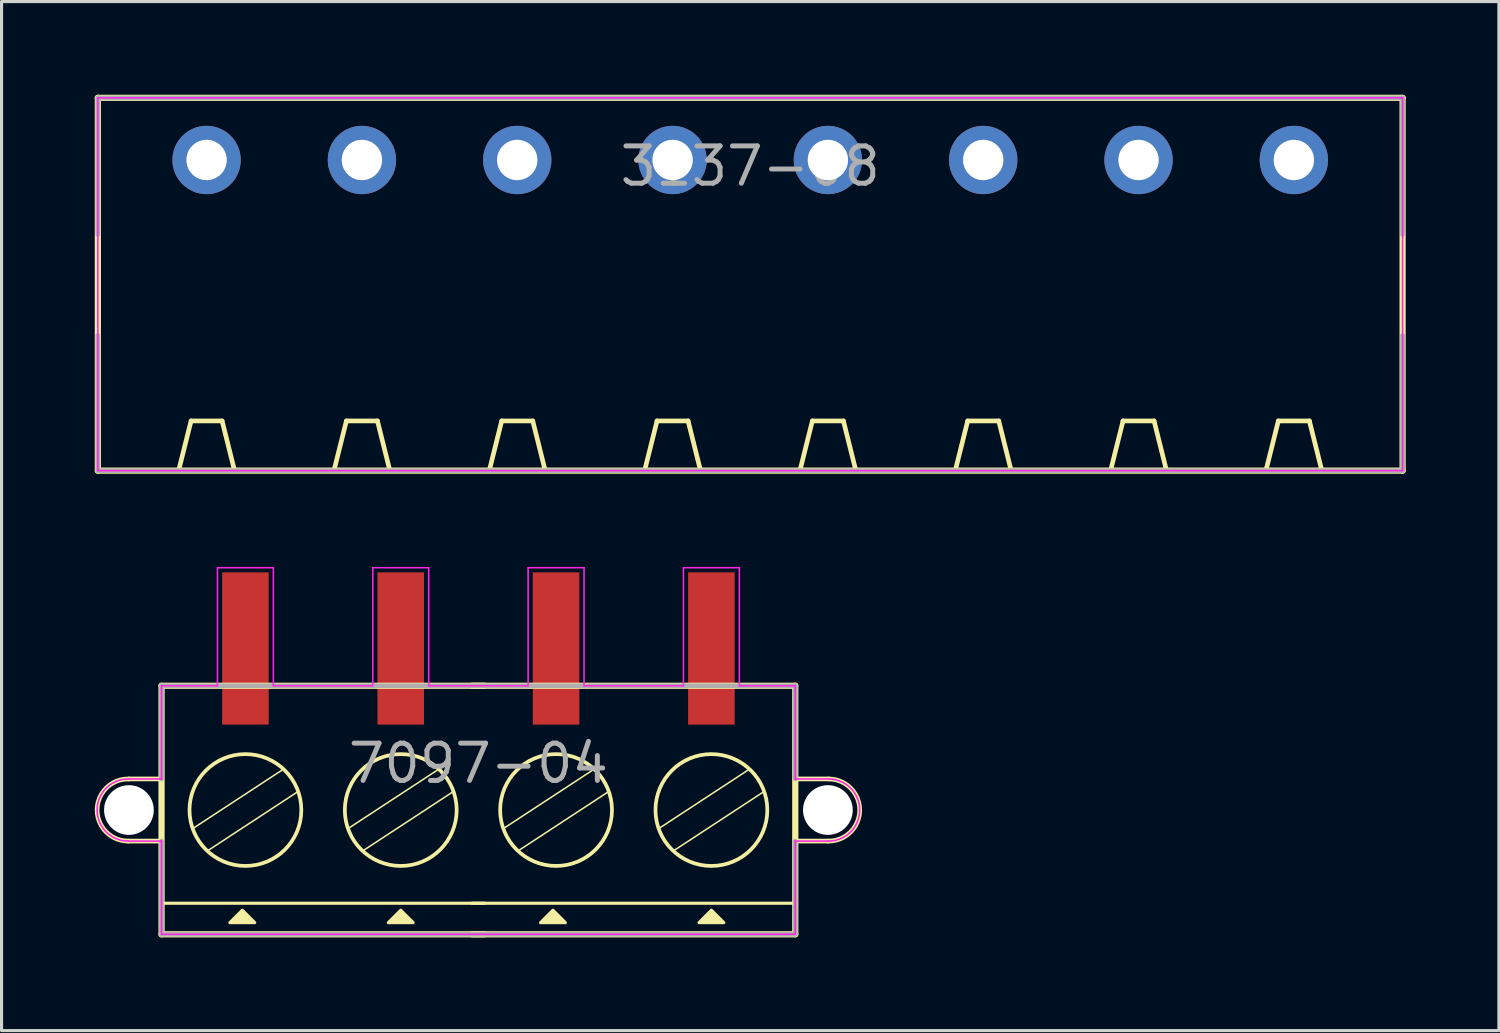
<source format=kicad_pcb>
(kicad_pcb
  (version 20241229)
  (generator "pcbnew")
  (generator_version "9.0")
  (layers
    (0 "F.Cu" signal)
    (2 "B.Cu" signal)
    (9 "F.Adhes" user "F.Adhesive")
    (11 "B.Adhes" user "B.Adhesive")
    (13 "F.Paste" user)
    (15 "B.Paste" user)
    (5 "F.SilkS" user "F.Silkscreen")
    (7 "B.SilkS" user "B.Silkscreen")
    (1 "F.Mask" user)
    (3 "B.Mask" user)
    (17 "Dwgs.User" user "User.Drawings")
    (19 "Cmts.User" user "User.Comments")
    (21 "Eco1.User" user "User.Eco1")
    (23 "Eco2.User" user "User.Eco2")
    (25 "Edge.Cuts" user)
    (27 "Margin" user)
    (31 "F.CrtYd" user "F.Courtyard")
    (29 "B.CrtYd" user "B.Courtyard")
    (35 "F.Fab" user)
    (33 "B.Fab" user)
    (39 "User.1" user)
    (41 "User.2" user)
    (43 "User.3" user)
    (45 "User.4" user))
  (footprint "3137-08"
    (layer "F.Cu")
    (at 21.1 2.1)
    (property "Reference" "3137-08" (at 0 0.2 180) (layer "F.Fab") (effects (font (size 1.2 1.2) (thickness 0.16))))
    (attr through_hole)
    (fp_line (start -21 10) (end -21 -2) (stroke (width 0.2) (type solid)) (layer "F.SilkS"))
    (fp_line (start -21 10) (end 21 10) (stroke (width 0.2) (type solid)) (layer "F.SilkS"))
    (fp_line (start -18 8.4) (end -18.4 10) (stroke (width 0.15) (type solid)) (layer "F.SilkS"))
    (fp_line (start -18 8.4) (end -17 8.4) (stroke (width 0.15) (type solid)) (layer "F.SilkS"))
    (fp_line (start -17 8.4) (end -16.6 10) (stroke (width 0.15) (type solid)) (layer "F.SilkS"))
    (fp_line (start -13 8.4) (end -13.4 10) (stroke (width 0.15) (type solid)) (layer "F.SilkS"))
    (fp_line (start -13 8.4) (end -12 8.4) (stroke (width 0.15) (type solid)) (layer "F.SilkS"))
    (fp_line (start -12 8.4) (end -11.6 10) (stroke (width 0.15) (type solid)) (layer "F.SilkS"))
    (fp_line (start -8 8.4) (end -8.4 10) (stroke (width 0.15) (type solid)) (layer "F.SilkS"))
    (fp_line (start -8 8.4) (end -7 8.4) (stroke (width 0.15) (type solid)) (layer "F.SilkS"))
    (fp_line (start -7 8.4) (end -6.6 10) (stroke (width 0.15) (type solid)) (layer "F.SilkS"))
    (fp_line (start -3 8.4) (end -3.4 10) (stroke (width 0.15) (type solid)) (layer "F.SilkS"))
    (fp_line (start -3 8.4) (end -2 8.4) (stroke (width 0.15) (type solid)) (layer "F.SilkS"))
    (fp_line (start -2 8.4) (end -1.6 10) (stroke (width 0.15) (type solid)) (layer "F.SilkS"))
    (fp_line (start 2 8.4) (end 1.6 10) (stroke (width 0.15) (type solid)) (layer "F.SilkS"))
    (fp_line (start 2 8.4) (end 3 8.4) (stroke (width 0.15) (type solid)) (layer "F.SilkS"))
    (fp_line (start 3 8.4) (end 3.4 10) (stroke (width 0.15) (type solid)) (layer "F.SilkS"))
    (fp_line (start 7 8.4) (end 6.6 10) (stroke (width 0.15) (type solid)) (layer "F.SilkS"))
    (fp_line (start 7 8.4) (end 8 8.4) (stroke (width 0.15) (type solid)) (layer "F.SilkS"))
    (fp_line (start 8 8.4) (end 8.4 10) (stroke (width 0.15) (type solid)) (layer "F.SilkS"))
    (fp_line (start 12 8.4) (end 11.6 10) (stroke (width 0.15) (type solid)) (layer "F.SilkS"))
    (fp_line (start 12 8.4) (end 13 8.4) (stroke (width 0.15) (type solid)) (layer "F.SilkS"))
    (fp_line (start 13 8.4) (end 13.4 10) (stroke (width 0.15) (type solid)) (layer "F.SilkS"))
    (fp_line (start 17 8.4) (end 16.6 10) (stroke (width 0.15) (type solid)) (layer "F.SilkS"))
    (fp_line (start 17 8.4) (end 18 8.4) (stroke (width 0.15) (type solid)) (layer "F.SilkS"))
    (fp_line (start 18 8.4) (end 18.4 10) (stroke (width 0.15) (type solid)) (layer "F.SilkS"))
    (fp_line (start 21 -2) (end -21 -2) (stroke (width 0.2) (type solid)) (layer "F.SilkS"))
    (fp_line (start 21 10) (end 21 -2) (stroke (width 0.2) (type solid)) (layer "F.SilkS"))
    (fp_line (start -21 -2) (end -21 10) (stroke (width 0.05) (type solid)) (layer "F.CrtYd"))
    (fp_line (start -21 -2) (end 21 -2) (stroke (width 0.05) (type solid)) (layer "F.CrtYd"))
    (fp_line (start -21 10) (end 21 10) (stroke (width 0.05) (type solid)) (layer "F.CrtYd"))
    (fp_line (start 21 -2) (end 21 10) (stroke (width 0.05) (type solid)) (layer "F.CrtYd"))
    (fp_line (start -21 -2) (end -21 2.4) (stroke (width 0.15) (type solid)) (layer "F.Fab"))
    (fp_line (start -21 -2) (end 21 -2) (stroke (width 0.15) (type solid)) (layer "F.Fab"))
    (fp_line (start -21 5.65) (end -21 10) (stroke (width 0.15) (type solid)) (layer "F.Fab"))
    (fp_line (start -21 10) (end 21 10) (stroke (width 0.15) (type solid)) (layer "F.Fab"))
    (fp_line (start 21 -2) (end 21 2.4) (stroke (width 0.15) (type solid)) (layer "F.Fab"))
    (fp_line (start 21 5.65) (end 21 10) (stroke (width 0.15) (type solid)) (layer "F.Fab"))
    (pad "1" thru_hole circle (at -17.5 0) (size 2.2 2.2) (drill 1.3) (layers "*.Cu" "*.Mask"))
    (pad "2" thru_hole circle (at -12.5 0) (size 2.2 2.2) (drill 1.3) (layers "*.Cu" "*.Mask"))
    (pad "3" thru_hole circle (at -7.5 0) (size 2.2 2.2) (drill 1.3) (layers "*.Cu" "*.Mask"))
    (pad "4" thru_hole circle (at -2.5 0) (size 2.2 2.2) (drill 1.3) (layers "*.Cu" "*.Mask"))
    (pad "5" thru_hole circle (at 2.5 0) (size 2.2 2.2) (drill 1.3) (layers "*.Cu" "*.Mask"))
    (pad "6" thru_hole circle (at 7.5 0) (size 2.2 2.2) (drill 1.3) (layers "*.Cu" "*.Mask"))
    (pad "7" thru_hole circle (at 12.5 0) (size 2.2 2.2) (drill 1.3) (layers "*.Cu" "*.Mask"))
    (pad "8" thru_hole circle (at 17.5 0) (size 2.2 2.2) (drill 1.3) (layers "*.Cu" "*.Mask")))
  (footprint "7097-04"
    (layer "F.Cu")
    (at 12.35 23.025)
    (property "Reference" "7097-04" (at 0 -1.5 180) (layer "F.Fab") (effects (font (size 1.2 1.2) (thickness 0.16))))
    (attr through_hole)
    (fp_line (start -11.275 1) (end -10.2 1) (stroke (width 0.15) (type solid)) (layer "F.SilkS"))
    (fp_line (start -11.25 -1) (end -10.2 -1) (stroke (width 0.15) (type solid)) (layer "F.SilkS"))
    (fp_line (start -10.2 -4) (end -10.2 4) (stroke (width 0.2) (type solid)) (layer "F.SilkS"))
    (fp_line (start -10.2 -4) (end 0.2 -4) (stroke (width 0.2) (type solid)) (layer "F.SilkS"))
    (fp_line (start -10.2 4) (end 0.2 4) (stroke (width 0.2) (type solid)) (layer "F.SilkS"))
    (fp_line (start -9.2 0.6) (end -6.3 -1.3) (stroke (width 0.05) (type solid)) (layer "F.SilkS"))
    (fp_line (start -8.7 1.3) (end -5.8 -0.6) (stroke (width 0.05) (type solid)) (layer "F.SilkS"))
    (fp_line (start -4.2 0.6) (end -1.3 -1.3) (stroke (width 0.05) (type solid)) (layer "F.SilkS"))
    (fp_line (start -3.7 1.3) (end -0.8 -0.6) (stroke (width 0.05) (type solid)) (layer "F.SilkS"))
    (fp_line (start -0.2 -4) (end 10.2 -4) (stroke (width 0.2) (type solid)) (layer "F.SilkS"))
    (fp_line (start -0.2 4) (end 10.2 4) (stroke (width 0.2) (type solid)) (layer "F.SilkS"))
    (fp_line (start 0.2 3) (end -10.2 3) (stroke (width 0.1) (type solid)) (layer "F.SilkS"))
    (fp_line (start 0.8 0.6) (end 3.7 -1.3) (stroke (width 0.05) (type solid)) (layer "F.SilkS"))
    (fp_line (start 1.3 1.3) (end 4.2 -0.6) (stroke (width 0.05) (type solid)) (layer "F.SilkS"))
    (fp_line (start 5.8 0.6) (end 8.7 -1.3) (stroke (width 0.05) (type solid)) (layer "F.SilkS"))
    (fp_line (start 6.3 1.3) (end 9.2 -0.6) (stroke (width 0.05) (type solid)) (layer "F.SilkS"))
    (fp_line (start 10.2 -4) (end 10.2 4) (stroke (width 0.2) (type solid)) (layer "F.SilkS"))
    (fp_line (start 10.2 3) (end -0.2 3) (stroke (width 0.1) (type solid)) (layer "F.SilkS"))
    (fp_line (start 11.25 1) (end 10.2 1) (stroke (width 0.15) (type solid)) (layer "F.SilkS"))
    (fp_line (start 11.275 -1) (end 10.2 -1) (stroke (width 0.15) (type solid)) (layer "F.SilkS"))
    (fp_arc (start -11.275559 1.000312) (mid -12.275231 -0.01278) (end -11.250001 -1) (stroke (width 0.15) (type solid)) (layer "F.SilkS"))
    (fp_arc (start 11.275559 -1.000312) (mid 12.275231 0.01278) (end 11.250001 1) (stroke (width 0.15) (type solid)) (layer "F.SilkS"))
    (fp_circle (center -7.5 0) (end -5.7 0) (stroke (width 0.12) (type solid)) (fill no) (layer "F.SilkS"))
    (fp_circle (center -2.5 0) (end -0.7 0) (stroke (width 0.12) (type solid)) (fill no) (layer "F.SilkS"))
    (fp_circle (center 2.5 0) (end 4.3 0) (stroke (width 0.12) (type solid)) (fill no) (layer "F.SilkS"))
    (fp_circle (center 7.5 0) (end 9.3 0) (stroke (width 0.12) (type solid)) (fill no) (layer "F.SilkS"))
    (fp_poly (pts (xy -7.2 3.625) (xy -8 3.625) (xy -7.6 3.225)) (stroke (width 0.1) (type solid)) (fill yes) (layer "F.SilkS"))
    (fp_poly (pts (xy -2.1 3.625) (xy -2.9 3.625) (xy -2.5 3.225)) (stroke (width 0.1) (type solid)) (fill yes) (layer "F.SilkS"))
    (fp_poly (pts (xy 2.8 3.625) (xy 2 3.625) (xy 2.4 3.225)) (stroke (width 0.1) (type solid)) (fill yes) (layer "F.SilkS"))
    (fp_poly (pts (xy 7.9 3.625) (xy 7.1 3.625) (xy 7.5 3.225)) (stroke (width 0.1) (type solid)) (fill yes) (layer "F.SilkS"))
    (fp_line (start -11.275 1) (end -10.2 1) (stroke (width 0.05) (type solid)) (layer "F.CrtYd"))
    (fp_line (start -11.25 -1) (end -10.2 -1) (stroke (width 0.05) (type solid)) (layer "F.CrtYd"))
    (fp_line (start -10.2 -4) (end -10.2 -1) (stroke (width 0.05) (type solid)) (layer "F.CrtYd"))
    (fp_line (start -10.2 -4) (end -8.4 -4) (stroke (width 0.05) (type solid)) (layer "F.CrtYd"))
    (fp_line (start -10.2 1) (end -10.2 4) (stroke (width 0.05) (type solid)) (layer "F.CrtYd"))
    (fp_line (start -10.2 4) (end 10.2 4) (stroke (width 0.05) (type solid)) (layer "F.CrtYd"))
    (fp_line (start -8.4 -7.8) (end -6.6 -7.8) (stroke (width 0.05) (type solid)) (layer "F.CrtYd"))
    (fp_line (start -8.4 -4) (end -8.4 -7.8) (stroke (width 0.05) (type solid)) (layer "F.CrtYd"))
    (fp_line (start -6.6 -4) (end -6.6 -7.8) (stroke (width 0.05) (type solid)) (layer "F.CrtYd"))
    (fp_line (start -6.6 -4) (end -3.4 -4) (stroke (width 0.05) (type solid)) (layer "F.CrtYd"))
    (fp_line (start -3.4 -7.8) (end -1.6 -7.8) (stroke (width 0.05) (type solid)) (layer "F.CrtYd"))
    (fp_line (start -3.4 -4) (end -3.4 -7.8) (stroke (width 0.05) (type solid)) (layer "F.CrtYd"))
    (fp_line (start -1.6 -4) (end -1.6 -7.8) (stroke (width 0.05) (type solid)) (layer "F.CrtYd"))
    (fp_line (start -1.6 -4) (end 1.6 -4) (stroke (width 0.05) (type solid)) (layer "F.CrtYd"))
    (fp_line (start 1.6 -7.8) (end 3.4 -7.8) (stroke (width 0.05) (type solid)) (layer "F.CrtYd"))
    (fp_line (start 1.6 -4) (end 1.6 -7.8) (stroke (width 0.05) (type solid)) (layer "F.CrtYd"))
    (fp_line (start 3.4 -4) (end 3.4 -7.8) (stroke (width 0.05) (type solid)) (layer "F.CrtYd"))
    (fp_line (start 3.4 -4) (end 6.6 -4) (stroke (width 0.05) (type solid)) (layer "F.CrtYd"))
    (fp_line (start 6.6 -7.8) (end 8.4 -7.8) (stroke (width 0.05) (type solid)) (layer "F.CrtYd"))
    (fp_line (start 6.6 -4) (end 6.6 -7.8) (stroke (width 0.05) (type solid)) (layer "F.CrtYd"))
    (fp_line (start 8.4 -4) (end 8.4 -7.8) (stroke (width 0.05) (type solid)) (layer "F.CrtYd"))
    (fp_line (start 8.4 -4) (end 10.2 -4) (stroke (width 0.05) (type solid)) (layer "F.CrtYd"))
    (fp_line (start 10.2 -4) (end 10.2 -1) (stroke (width 0.05) (type solid)) (layer "F.CrtYd"))
    (fp_line (start 10.2 1) (end 10.2 4) (stroke (width 0.05) (type solid)) (layer "F.CrtYd"))
    (fp_line (start 11.25 1) (end 10.2 1) (stroke (width 0.05) (type solid)) (layer "F.CrtYd"))
    (fp_line (start 11.275 -1) (end 10.2 -1) (stroke (width 0.05) (type solid)) (layer "F.CrtYd"))
    (fp_arc (start -11.275 1.000312) (mid -12.275234 -0.0125) (end -11.250001 -1) (stroke (width 0.05) (type solid)) (layer "F.CrtYd"))
    (fp_arc (start 11.275 -1.000312) (mid 12.275234 0.0125) (end 11.250001 1) (stroke (width 0.05) (type solid)) (layer "F.CrtYd"))
    (fp_line (start -10.2 -4) (end -10.2 -1) (stroke (width 0.15) (type solid)) (layer "F.Fab"))
    (fp_line (start -10.2 -4) (end 10.2 -4) (stroke (width 0.15) (type solid)) (layer "F.Fab"))
    (fp_line (start -10.2 1) (end -10.2 4) (stroke (width 0.15) (type solid)) (layer "F.Fab"))
    (fp_line (start -10.2 4) (end 10.2 4) (stroke (width 0.15) (type solid)) (layer "F.Fab"))
    (fp_line (start 10.2 -4) (end 10.2 -1) (stroke (width 0.15) (type solid)) (layer "F.Fab"))
    (fp_line (start 10.2 1) (end 10.2 4) (stroke (width 0.15) (type solid)) (layer "F.Fab"))
    (pad "" np_thru_hole circle (at -11.25 0) (size 1.6 1.6) (drill 1.6) (layers "*.Cu" "*.Mask"))
    (pad "" np_thru_hole circle (at 11.25 0) (size 1.6 1.6) (drill 1.6) (layers "*.Cu" "*.Mask"))
    (pad "1" smd rect (at -7.5 -5.2) (size 1.5 4.9) (layers "F.Cu" "F.Mask" "F.Paste"))
    (pad "2" smd rect (at -2.5 -5.2) (size 1.5 4.9) (layers "F.Cu" "F.Mask" "F.Paste"))
    (pad "3" smd rect (at 2.5 -5.2) (size 1.5 4.9) (layers "F.Cu" "F.Mask" "F.Paste"))
    (pad "4" smd rect (at 7.5 -5.2) (size 1.5 4.9) (layers "F.Cu" "F.Mask" "F.Paste")))
  (gr_rect
    (start -3 -3)
    (end 45.2 30.125)
    (stroke (width 0.1) (type default))
    (fill no)
    (layer "Edge.Cuts")))
</source>
